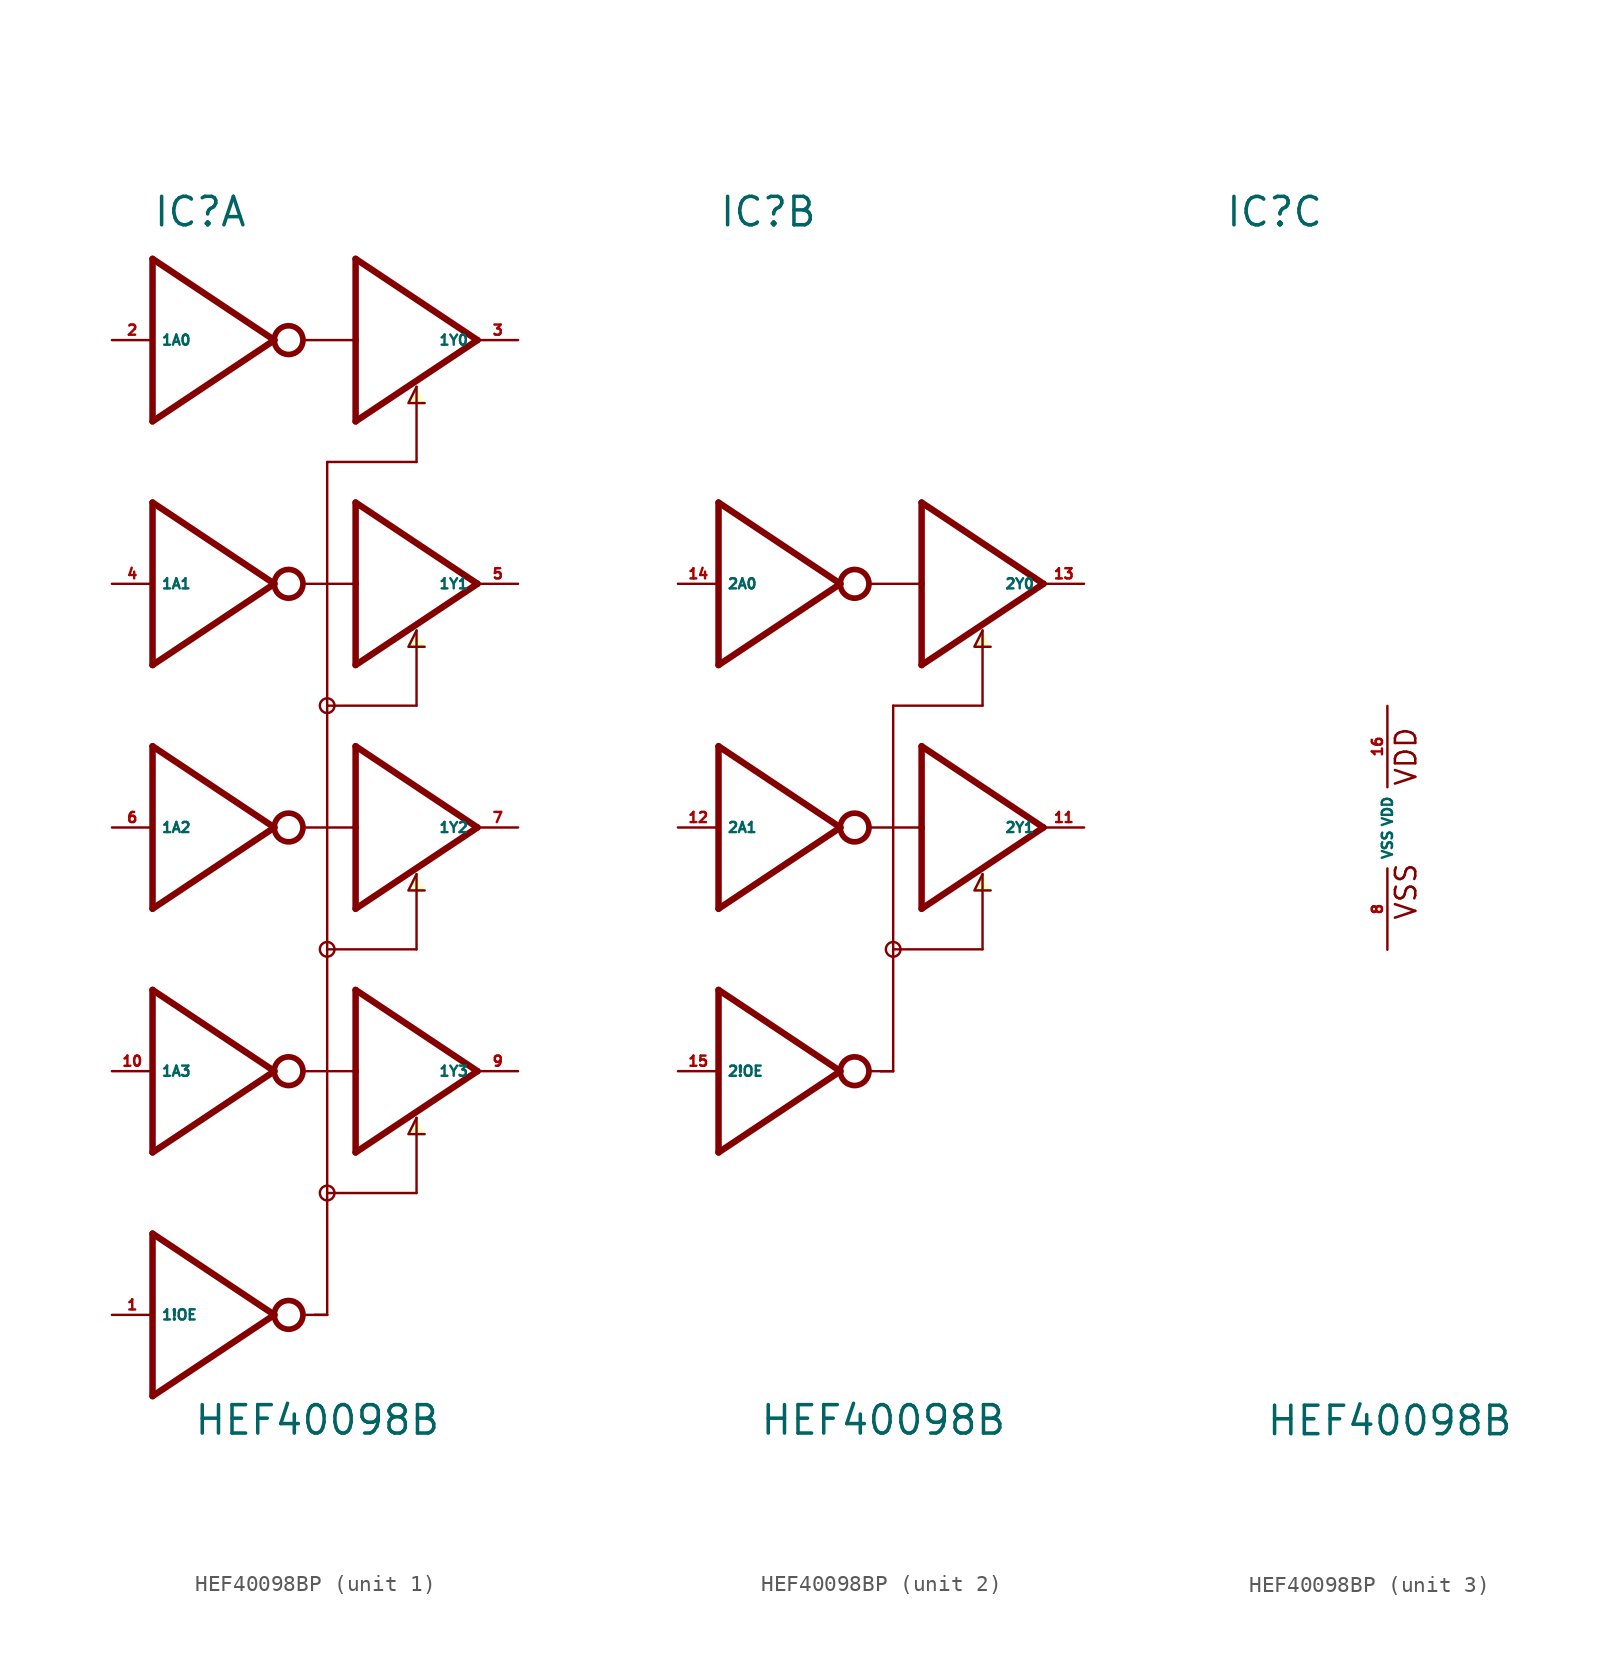
<source format=kicad_sym>
(kicad_symbol_lib
  (version 20220914)
  (generator Eagle2Kicad)
  (symbol "HEF40098BP"
    (property "Reference" "IC"
      (at -10.16 37.465 0)
      (effects (font (size 1.778 1.778) (thickness 0.22)) (justify left bottom)))
    (property "Value" "HEF40098B"
      (at -7.62 -38.1 0)
      (effects (font (size 1.778 1.778) (thickness 0.22)) (justify left bottom)))
    (symbol "HEF40098BP_1_0"
      (polyline (pts (xy 6.35 27.559) (xy 5.842 26.543) (xy 6.858 26.543)) (stroke (width 0.152) (type default)) (fill (type background)))
      (polyline (pts (xy 6.35 12.319) (xy 5.842 11.303) (xy 6.858 11.303)) (stroke (width 0.152) (type default)) (fill (type background)))
      (polyline (pts (xy 6.35 -2.921) (xy 5.842 -3.937) (xy 6.858 -3.937)) (stroke (width 0.152) (type default)) (fill (type background)))
      (polyline (pts (xy 6.35 -18.161) (xy 5.842 -19.177) (xy 6.858 -19.177)) (stroke (width 0.152) (type default)) (fill (type background)))
      (polyline (pts (xy -10.16 35.56) (xy -2.54 30.48)) (stroke (width 0.406) (type default)) (fill (type none)))
      (polyline (pts (xy -2.54 30.48) (xy -10.16 25.4)) (stroke (width 0.406) (type default)) (fill (type none)))
      (polyline (pts (xy -10.16 25.4) (xy -10.16 35.56)) (stroke (width 0.406) (type default)) (fill (type none)))
      (polyline (pts (xy -0.635 30.48) (xy 2.54 30.48)) (stroke (width 0.152) (type default)) (fill (type none)))
      (polyline (pts (xy 2.54 25.4) (xy 2.54 30.48)) (stroke (width 0.406) (type default)) (fill (type none)))
      (polyline (pts (xy 2.54 30.48) (xy 2.54 35.56)) (stroke (width 0.406) (type default)) (fill (type none)))
      (polyline (pts (xy 2.54 35.56) (xy 10.16 30.48)) (stroke (width 0.406) (type default)) (fill (type none)))
      (polyline (pts (xy 10.16 30.48) (xy 2.54 25.4)) (stroke (width 0.406) (type default)) (fill (type none)))
      (polyline (pts (xy 6.35 27.559) (xy 6.35 22.86)) (stroke (width 0.152) (type default)) (fill (type none)))
      (polyline (pts (xy 6.35 22.86) (xy 0.762 22.86)) (stroke (width 0.152) (type default)) (fill (type none)))
      (polyline (pts (xy 0.762 22.86) (xy 0.762 7.62)) (stroke (width 0.152) (type default)) (fill (type none)))
      (polyline (pts (xy -10.16 20.32) (xy -2.54 15.24)) (stroke (width 0.406) (type default)) (fill (type none)))
      (polyline (pts (xy -2.54 15.24) (xy -10.16 10.16)) (stroke (width 0.406) (type default)) (fill (type none)))
      (polyline (pts (xy -10.16 10.16) (xy -10.16 20.32)) (stroke (width 0.406) (type default)) (fill (type none)))
      (polyline (pts (xy -0.635 15.24) (xy 2.54 15.24)) (stroke (width 0.152) (type default)) (fill (type none)))
      (polyline (pts (xy 2.54 10.16) (xy 2.54 15.24)) (stroke (width 0.406) (type default)) (fill (type none)))
      (polyline (pts (xy 2.54 15.24) (xy 2.54 20.32)) (stroke (width 0.406) (type default)) (fill (type none)))
      (polyline (pts (xy 2.54 20.32) (xy 10.16 15.24)) (stroke (width 0.406) (type default)) (fill (type none)))
      (polyline (pts (xy 10.16 15.24) (xy 2.54 10.16)) (stroke (width 0.406) (type default)) (fill (type none)))
      (polyline (pts (xy 6.35 12.319) (xy 6.35 7.62)) (stroke (width 0.152) (type default)) (fill (type none)))
      (polyline (pts (xy 6.35 7.62) (xy 0.762 7.62)) (stroke (width 0.152) (type default)) (fill (type none)))
      (polyline (pts (xy 0.762 7.62) (xy 0.762 -7.62)) (stroke (width 0.152) (type default)) (fill (type none)))
      (polyline (pts (xy -10.16 5.08) (xy -2.54 0)) (stroke (width 0.406) (type default)) (fill (type none)))
      (polyline (pts (xy -2.54 0) (xy -10.16 -5.08)) (stroke (width 0.406) (type default)) (fill (type none)))
      (polyline (pts (xy -10.16 -5.08) (xy -10.16 5.08)) (stroke (width 0.406) (type default)) (fill (type none)))
      (polyline (pts (xy -0.635 0) (xy 2.54 0)) (stroke (width 0.152) (type default)) (fill (type none)))
      (polyline (pts (xy 2.54 -5.08) (xy 2.54 0)) (stroke (width 0.406) (type default)) (fill (type none)))
      (polyline (pts (xy 2.54 0) (xy 2.54 5.08)) (stroke (width 0.406) (type default)) (fill (type none)))
      (polyline (pts (xy 2.54 5.08) (xy 10.16 0)) (stroke (width 0.406) (type default)) (fill (type none)))
      (polyline (pts (xy 10.16 0) (xy 2.54 -5.08)) (stroke (width 0.406) (type default)) (fill (type none)))
      (polyline (pts (xy 6.35 -2.921) (xy 6.35 -7.62)) (stroke (width 0.152) (type default)) (fill (type none)))
      (polyline (pts (xy 6.35 -7.62) (xy 0.762 -7.62)) (stroke (width 0.152) (type default)) (fill (type none)))
      (polyline (pts (xy 0.762 -7.62) (xy 0.762 -22.86)) (stroke (width 0.152) (type default)) (fill (type none)))
      (polyline (pts (xy -10.16 -10.16) (xy -2.54 -15.24)) (stroke (width 0.406) (type default)) (fill (type none)))
      (polyline (pts (xy -2.54 -15.24) (xy -10.16 -20.32)) (stroke (width 0.406) (type default)) (fill (type none)))
      (polyline (pts (xy -10.16 -20.32) (xy -10.16 -10.16)) (stroke (width 0.406) (type default)) (fill (type none)))
      (polyline (pts (xy -0.635 -15.24) (xy 2.54 -15.24)) (stroke (width 0.152) (type default)) (fill (type none)))
      (polyline (pts (xy 2.54 -20.32) (xy 2.54 -15.24)) (stroke (width 0.406) (type default)) (fill (type none)))
      (polyline (pts (xy 2.54 -15.24) (xy 2.54 -10.16)) (stroke (width 0.406) (type default)) (fill (type none)))
      (polyline (pts (xy 2.54 -10.16) (xy 10.16 -15.24)) (stroke (width 0.406) (type default)) (fill (type none)))
      (polyline (pts (xy 10.16 -15.24) (xy 2.54 -20.32)) (stroke (width 0.406) (type default)) (fill (type none)))
      (polyline (pts (xy 6.35 -18.161) (xy 6.35 -22.86)) (stroke (width 0.152) (type default)) (fill (type none)))
      (polyline (pts (xy 6.35 -22.86) (xy 0.762 -22.86)) (stroke (width 0.152) (type default)) (fill (type none)))
      (polyline (pts (xy 0.762 -22.86) (xy 0.762 -30.48)) (stroke (width 0.152) (type default)) (fill (type none)))
      (polyline (pts (xy -10.16 -25.4) (xy -2.54 -30.48)) (stroke (width 0.406) (type default)) (fill (type none)))
      (polyline (pts (xy -2.54 -30.48) (xy -10.16 -35.56)) (stroke (width 0.406) (type default)) (fill (type none)))
      (polyline (pts (xy -10.16 -35.56) (xy -10.16 -25.4)) (stroke (width 0.406) (type default)) (fill (type none)))
      (polyline (pts (xy -0.635 -30.48) (xy 0 -30.48)) (stroke (width 0.152) (type default)) (fill (type none)))
      (polyline (pts (xy 0 -30.48) (xy 0.762 -30.48)) (stroke (width 0.152) (type default)) (fill (type none)))
      (polyline (pts (xy 0.762 -30.48) (xy 0 -30.48)) (stroke (width 0.152) (type default)) (fill (type none)))
      (circle (center -1.651 30.48) (radius 0.898) (stroke (width 0.356) (type default)) (fill (type none)))
      (circle (center -1.651 15.24) (radius 0.898) (stroke (width 0.356) (type default)) (fill (type none)))
      (circle (center 0.762 7.62) (radius 0.458) (stroke (width 0) (type default)) (fill (type none)))
      (circle (center -1.651 0) (radius 0.898) (stroke (width 0.356) (type default)) (fill (type none)))
      (circle (center -1.651 -15.24) (radius 0.898) (stroke (width 0.356) (type default)) (fill (type none)))
      (circle (center -1.651 -30.48) (radius 0.898) (stroke (width 0.356) (type default)) (fill (type none)))
      (circle (center 0.762 -7.62) (radius 0.458) (stroke (width 0) (type default)) (fill (type none)))
      (circle (center 0.762 -22.86) (radius 0.458) (stroke (width 0) (type default)) (fill (type none)))
      (pin input line (at -12.7 30.48 0) (length 2.54) (name "1A0" (effects (font (size 0.635 0.635) (thickness 0.08)) (justify left bottom))) (number "2" (effects (font (size 0.635 0.635) (thickness 0.08)) (justify left bottom))))
      (pin output line (at 12.7 30.48 180) (length 2.54) (name "1Y0" (effects (font (size 0.635 0.635) (thickness 0.08)) (justify left bottom))) (number "3" (effects (font (size 0.635 0.635) (thickness 0.08)) (justify left bottom))))
      (pin input line (at -12.7 15.24 0) (length 2.54) (name "1A1" (effects (font (size 0.635 0.635) (thickness 0.08)) (justify left bottom))) (number "4" (effects (font (size 0.635 0.635) (thickness 0.08)) (justify left bottom))))
      (pin output line (at 12.7 15.24 180) (length 2.54) (name "1Y1" (effects (font (size 0.635 0.635) (thickness 0.08)) (justify left bottom))) (number "5" (effects (font (size 0.635 0.635) (thickness 0.08)) (justify left bottom))))
      (pin input line (at -12.7 0 0) (length 2.54) (name "1A2" (effects (font (size 0.635 0.635) (thickness 0.08)) (justify left bottom))) (number "6" (effects (font (size 0.635 0.635) (thickness 0.08)) (justify left bottom))))
      (pin output line (at 12.7 0 180) (length 2.54) (name "1Y2" (effects (font (size 0.635 0.635) (thickness 0.08)) (justify left bottom))) (number "7" (effects (font (size 0.635 0.635) (thickness 0.08)) (justify left bottom))))
      (pin input line (at -12.7 -15.24 0) (length 2.54) (name "1A3" (effects (font (size 0.635 0.635) (thickness 0.08)) (justify left bottom))) (number "10" (effects (font (size 0.635 0.635) (thickness 0.08)) (justify left bottom))))
      (pin output line (at 12.7 -15.24 180) (length 2.54) (name "1Y3" (effects (font (size 0.635 0.635) (thickness 0.08)) (justify left bottom))) (number "9" (effects (font (size 0.635 0.635) (thickness 0.08)) (justify left bottom))))
      (pin input line (at -12.7 -30.48 0) (length 2.54) (name "1!OE" (effects (font (size 0.635 0.635) (thickness 0.08)) (justify left bottom))) (number "1" (effects (font (size 0.635 0.635) (thickness 0.08)) (justify left bottom)))))
    (symbol "HEF40098BP_2_0"
      (polyline (pts (xy 6.35 12.319) (xy 5.842 11.303) (xy 6.858 11.303)) (stroke (width 0.152) (type default)) (fill (type background)))
      (polyline (pts (xy 6.35 -2.921) (xy 5.842 -3.937) (xy 6.858 -3.937)) (stroke (width 0.152) (type default)) (fill (type background)))
      (polyline (pts (xy -10.16 20.32) (xy -2.54 15.24)) (stroke (width 0.406) (type default)) (fill (type none)))
      (polyline (pts (xy -2.54 15.24) (xy -10.16 10.16)) (stroke (width 0.406) (type default)) (fill (type none)))
      (polyline (pts (xy -10.16 10.16) (xy -10.16 20.32)) (stroke (width 0.406) (type default)) (fill (type none)))
      (polyline (pts (xy -0.635 15.24) (xy 2.54 15.24)) (stroke (width 0.152) (type default)) (fill (type none)))
      (polyline (pts (xy 2.54 10.16) (xy 2.54 15.24)) (stroke (width 0.406) (type default)) (fill (type none)))
      (polyline (pts (xy 2.54 15.24) (xy 2.54 20.32)) (stroke (width 0.406) (type default)) (fill (type none)))
      (polyline (pts (xy 2.54 20.32) (xy 10.16 15.24)) (stroke (width 0.406) (type default)) (fill (type none)))
      (polyline (pts (xy 10.16 15.24) (xy 2.54 10.16)) (stroke (width 0.406) (type default)) (fill (type none)))
      (polyline (pts (xy 6.35 12.319) (xy 6.35 7.62)) (stroke (width 0.152) (type default)) (fill (type none)))
      (polyline (pts (xy 6.35 7.62) (xy 0.762 7.62)) (stroke (width 0.152) (type default)) (fill (type none)))
      (polyline (pts (xy 0.762 7.62) (xy 0.762 -7.62)) (stroke (width 0.152) (type default)) (fill (type none)))
      (polyline (pts (xy -10.16 5.08) (xy -2.54 0)) (stroke (width 0.406) (type default)) (fill (type none)))
      (polyline (pts (xy -2.54 0) (xy -10.16 -5.08)) (stroke (width 0.406) (type default)) (fill (type none)))
      (polyline (pts (xy -10.16 -5.08) (xy -10.16 5.08)) (stroke (width 0.406) (type default)) (fill (type none)))
      (polyline (pts (xy -0.635 0) (xy 2.54 0)) (stroke (width 0.152) (type default)) (fill (type none)))
      (polyline (pts (xy 2.54 -5.08) (xy 2.54 0)) (stroke (width 0.406) (type default)) (fill (type none)))
      (polyline (pts (xy 2.54 0) (xy 2.54 5.08)) (stroke (width 0.406) (type default)) (fill (type none)))
      (polyline (pts (xy 2.54 5.08) (xy 10.16 0)) (stroke (width 0.406) (type default)) (fill (type none)))
      (polyline (pts (xy 10.16 0) (xy 2.54 -5.08)) (stroke (width 0.406) (type default)) (fill (type none)))
      (polyline (pts (xy 6.35 -2.921) (xy 6.35 -7.62)) (stroke (width 0.152) (type default)) (fill (type none)))
      (polyline (pts (xy 6.35 -7.62) (xy 0.762 -7.62)) (stroke (width 0.152) (type default)) (fill (type none)))
      (polyline (pts (xy 0.762 -7.62) (xy 0.762 -15.24)) (stroke (width 0.152) (type default)) (fill (type none)))
      (polyline (pts (xy -10.16 -10.16) (xy -2.54 -15.24)) (stroke (width 0.406) (type default)) (fill (type none)))
      (polyline (pts (xy -2.54 -15.24) (xy -10.16 -20.32)) (stroke (width 0.406) (type default)) (fill (type none)))
      (polyline (pts (xy -10.16 -20.32) (xy -10.16 -10.16)) (stroke (width 0.406) (type default)) (fill (type none)))
      (polyline (pts (xy -0.635 -15.24) (xy 0 -15.24)) (stroke (width 0.152) (type default)) (fill (type none)))
      (polyline (pts (xy 0 -15.24) (xy 0.762 -15.24)) (stroke (width 0.152) (type default)) (fill (type none)))
      (polyline (pts (xy 0.762 -15.24) (xy 0 -15.24)) (stroke (width 0.152) (type default)) (fill (type none)))
      (circle (center -1.651 15.24) (radius 0.898) (stroke (width 0.356) (type default)) (fill (type none)))
      (circle (center -1.651 0) (radius 0.898) (stroke (width 0.356) (type default)) (fill (type none)))
      (circle (center -1.651 -15.24) (radius 0.898) (stroke (width 0.356) (type default)) (fill (type none)))
      (circle (center 0.762 -7.62) (radius 0.458) (stroke (width 0) (type default)) (fill (type none)))
      (pin input line (at -12.7 15.24 0) (length 2.54) (name "2A0" (effects (font (size 0.635 0.635) (thickness 0.08)) (justify left bottom))) (number "14" (effects (font (size 0.635 0.635) (thickness 0.08)) (justify left bottom))))
      (pin output line (at 12.7 15.24 180) (length 2.54) (name "2Y0" (effects (font (size 0.635 0.635) (thickness 0.08)) (justify left bottom))) (number "13" (effects (font (size 0.635 0.635) (thickness 0.08)) (justify left bottom))))
      (pin input line (at -12.7 0 0) (length 2.54) (name "2A1" (effects (font (size 0.635 0.635) (thickness 0.08)) (justify left bottom))) (number "12" (effects (font (size 0.635 0.635) (thickness 0.08)) (justify left bottom))))
      (pin output line (at 12.7 0 180) (length 2.54) (name "2Y1" (effects (font (size 0.635 0.635) (thickness 0.08)) (justify left bottom))) (number "11" (effects (font (size 0.635 0.635) (thickness 0.08)) (justify left bottom))))
      (pin input line (at -12.7 -15.24 0) (length 2.54) (name "2!OE" (effects (font (size 0.635 0.635) (thickness 0.08)) (justify left bottom))) (number "15" (effects (font (size 0.635 0.635) (thickness 0.08)) (justify left bottom)))))
    (symbol "HEF40098BP_3_0"
      (text "VDD" (at 1.905 2.54 900) (effects (font (size 1.27 1.27) (thickness 0.16)) (justify left bottom)))
      (text "VSS" (at 1.905 -5.842 900) (effects (font (size 1.27 1.27) (thickness 0.16)) (justify left bottom)))
      (pin unspecified line (at 0 -7.62 90) (length 5.08) (name "VSS" (effects (font (size 0.635 0.635) (thickness 0.08)) (justify left bottom))) (number "8" (effects (font (size 0.635 0.635) (thickness 0.08)) (justify left bottom))))
      (pin unspecified line (at 0 7.62 270) (length 5.08) (name "VDD" (effects (font (size 0.635 0.635) (thickness 0.08)) (justify left bottom))) (number "16" (effects (font (size 0.635 0.635) (thickness 0.08)) (justify left bottom)))))))
</source>
